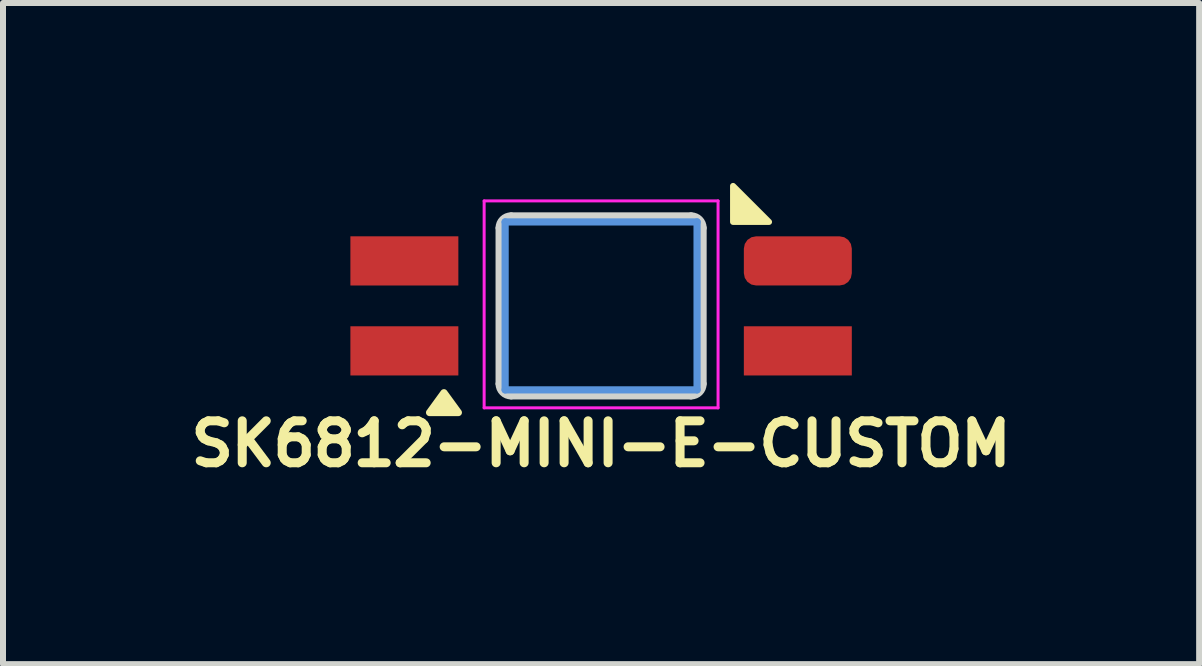
<source format=kicad_pcb>
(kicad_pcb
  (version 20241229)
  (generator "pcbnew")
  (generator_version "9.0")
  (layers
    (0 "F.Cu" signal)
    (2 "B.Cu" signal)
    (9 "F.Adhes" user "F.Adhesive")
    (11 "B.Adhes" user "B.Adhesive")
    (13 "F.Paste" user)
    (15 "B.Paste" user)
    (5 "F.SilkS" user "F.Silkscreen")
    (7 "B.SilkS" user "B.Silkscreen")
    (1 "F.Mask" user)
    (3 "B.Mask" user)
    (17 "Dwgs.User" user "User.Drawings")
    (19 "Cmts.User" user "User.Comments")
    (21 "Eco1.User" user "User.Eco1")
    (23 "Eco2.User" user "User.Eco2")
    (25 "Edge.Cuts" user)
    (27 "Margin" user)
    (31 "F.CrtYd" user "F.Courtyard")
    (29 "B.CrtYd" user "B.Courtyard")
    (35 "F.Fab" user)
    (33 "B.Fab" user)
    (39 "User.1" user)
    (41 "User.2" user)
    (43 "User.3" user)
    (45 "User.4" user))
  (footprint "SK6812-MINI-E-CUSTOM"
    (layer "F.Cu")
    (at 6.972 2.05)
    (property "Reference" "SK6812-MINI-E-CUSTOM" (at 0 2.3 0) (unlocked yes) (layer "F.SilkS") (effects (font (size 0.7 0.7) (thickness 0.15))))
    (attr smd)
    (fp_poly (pts (xy 2.8 -1.4) (xy 2.2 -1.4) (xy 2.2 -2)) (stroke (width 0.1) (type solid)) (fill yes) (layer "F.SilkS"))
    (fp_poly (pts (xy -2.62 1.448) (xy -2.38 1.778) (xy -2.86 1.778) (xy -2.62 1.448)) (stroke (width 0.12) (type solid)) (fill yes) (layer "F.SilkS"))
    (fp_line (start -1.6 -1.4) (end 1.6 -1.4) (stroke (width 0.12) (type solid)) (layer "Cmts.User"))
    (fp_line (start -1.6 1.4) (end -1.6 -1.4) (stroke (width 0.12) (type solid)) (layer "Cmts.User"))
    (fp_line (start 1.6 -1.4) (end 1.6 1.4) (stroke (width 0.12) (type solid)) (layer "Cmts.User"))
    (fp_line (start 1.6 1.4) (end -1.6 1.4) (stroke (width 0.12) (type solid)) (layer "Cmts.User"))
    (fp_line (start -1.7 1.3) (end -1.7 -1.3) (stroke (width 0.12) (type solid)) (layer "Edge.Cuts"))
    (fp_line (start -1.5 -1.5) (end 1.5 -1.5) (stroke (width 0.12) (type solid)) (layer "Edge.Cuts"))
    (fp_line (start 1.5 1.5) (end -1.5 1.5) (stroke (width 0.12) (type solid)) (layer "Edge.Cuts"))
    (fp_line (start 1.7 -1.3) (end 1.7 1.3) (stroke (width 0.12) (type solid)) (layer "Edge.Cuts"))
    (fp_arc (start -1.7 -1.3) (mid -1.641421 -1.441421) (end -1.5 -1.5) (stroke (width 0.12) (type solid)) (layer "Edge.Cuts"))
    (fp_arc (start -1.5 1.5) (mid -1.641421 1.441421) (end -1.7 1.3) (stroke (width 0.12) (type solid)) (layer "Edge.Cuts"))
    (fp_arc (start 1.5 -1.5) (mid 1.641421 -1.441421) (end 1.7 -1.3) (stroke (width 0.12) (type solid)) (layer "Edge.Cuts"))
    (fp_arc (start 1.7 1.3) (mid 1.641421 1.441421) (end 1.5 1.5) (stroke (width 0.12) (type solid)) (layer "Edge.Cuts"))
    (fp_line (start -1.95 -1.75) (end 1.95 -1.75) (stroke (width 0.05) (type default)) (layer "F.CrtYd"))
    (fp_line (start -1.95 1.7) (end -1.95 -1.75) (stroke (width 0.05) (type default)) (layer "F.CrtYd"))
    (fp_line (start 1.95 -1.75) (end 1.95 1.7) (stroke (width 0.05) (type default)) (layer "F.CrtYd"))
    (fp_line (start 1.95 1.7) (end -1.95 1.7) (stroke (width 0.05) (type default)) (layer "F.CrtYd"))
    (pad "1" smd rect (at -3.28 0.75) (size 1.8 0.82) (layers "F.Cu" "F.Mask" "F.Paste"))
    (pad "2" smd rect (at -3.28 -0.75) (size 1.8 0.82) (layers "F.Cu" "F.Mask" "F.Paste"))
    (pad "3" smd roundrect (at 3.28 -0.75) (size 1.8 0.82) (layers "F.Cu" "F.Mask" "F.Paste") (roundrect_rratio 0.25))
    (pad "4" smd rect (at 3.28 0.75) (size 1.8 0.82) (layers "F.Cu" "F.Mask" "F.Paste")))
  (gr_rect
    (start -3 -3)
    (end 16.943 8.023)
    (stroke (width 0.1) (type default))
    (fill no)
    (layer "Edge.Cuts")))
</source>
